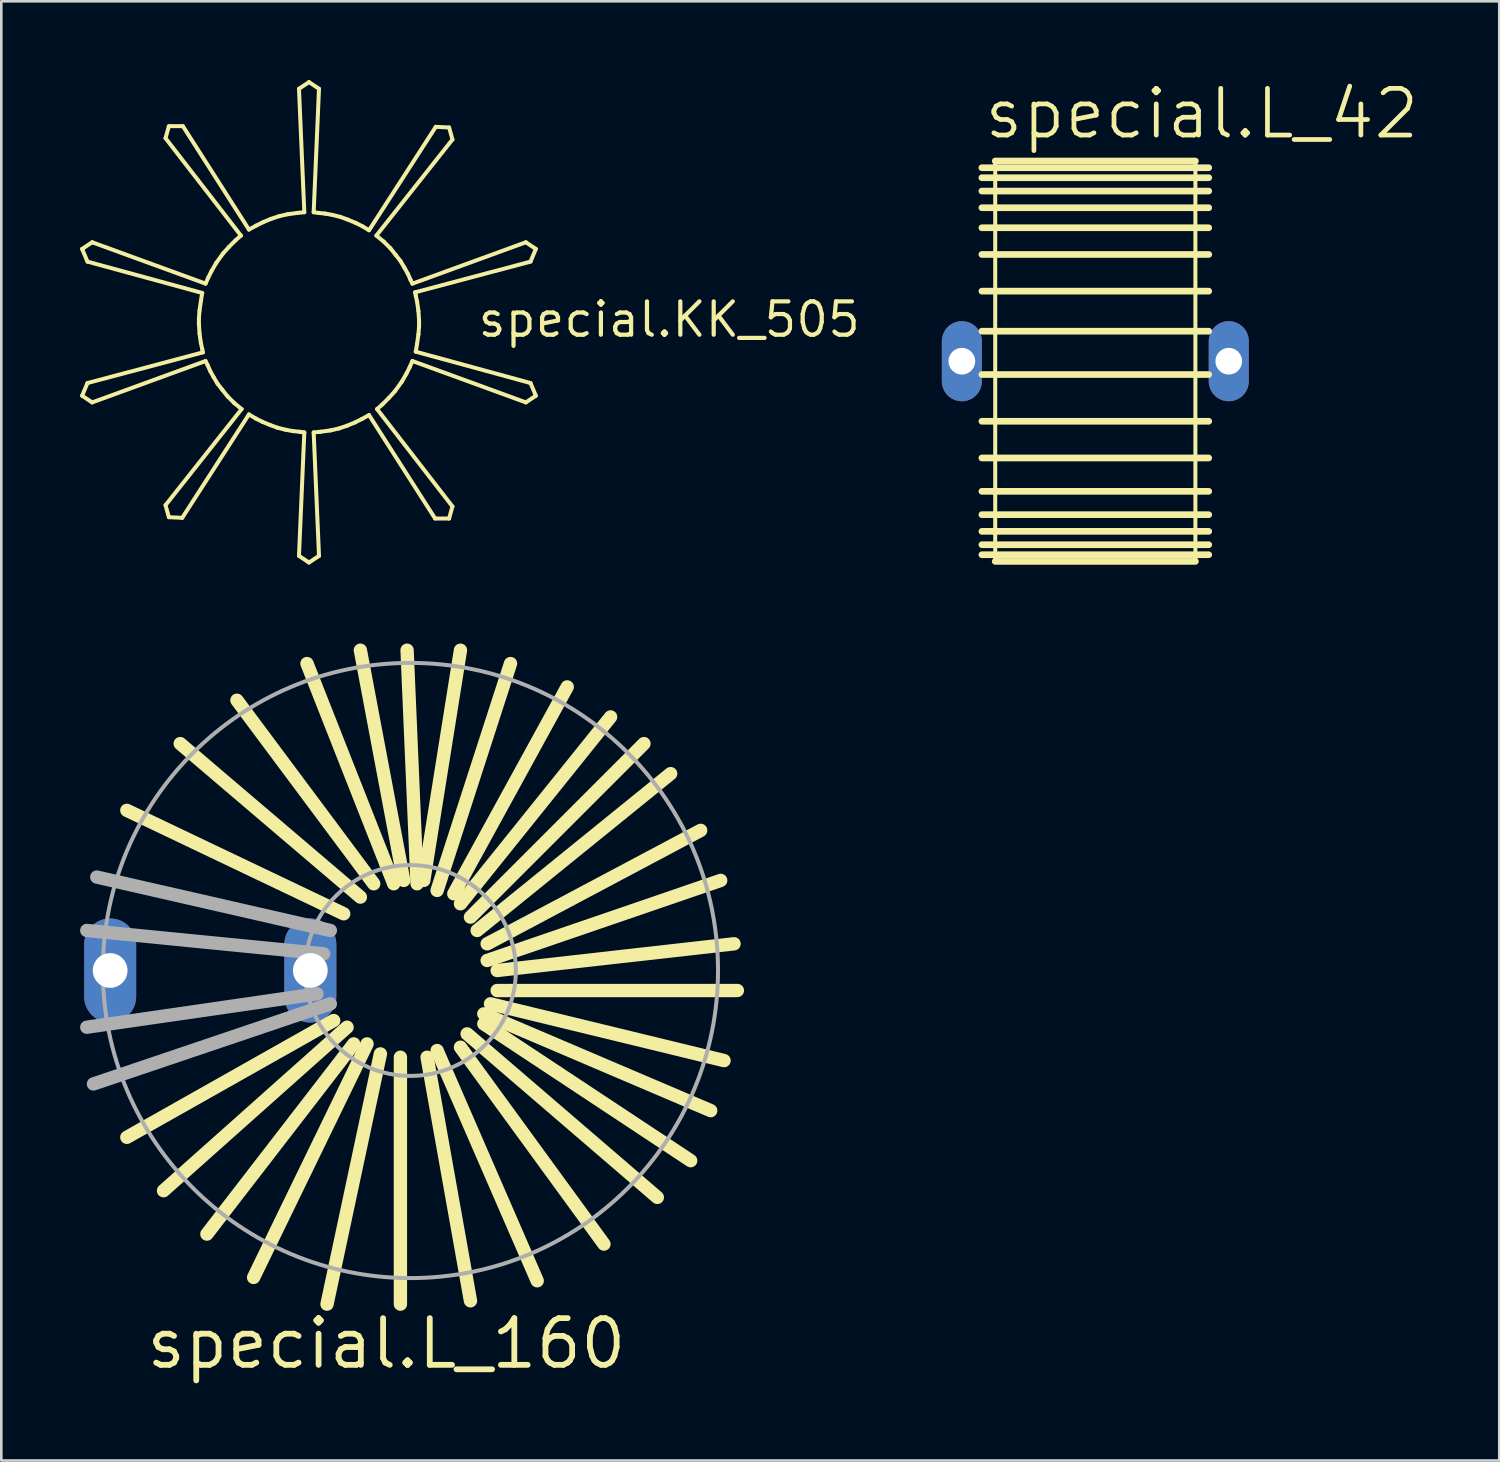
<source format=kicad_pcb>
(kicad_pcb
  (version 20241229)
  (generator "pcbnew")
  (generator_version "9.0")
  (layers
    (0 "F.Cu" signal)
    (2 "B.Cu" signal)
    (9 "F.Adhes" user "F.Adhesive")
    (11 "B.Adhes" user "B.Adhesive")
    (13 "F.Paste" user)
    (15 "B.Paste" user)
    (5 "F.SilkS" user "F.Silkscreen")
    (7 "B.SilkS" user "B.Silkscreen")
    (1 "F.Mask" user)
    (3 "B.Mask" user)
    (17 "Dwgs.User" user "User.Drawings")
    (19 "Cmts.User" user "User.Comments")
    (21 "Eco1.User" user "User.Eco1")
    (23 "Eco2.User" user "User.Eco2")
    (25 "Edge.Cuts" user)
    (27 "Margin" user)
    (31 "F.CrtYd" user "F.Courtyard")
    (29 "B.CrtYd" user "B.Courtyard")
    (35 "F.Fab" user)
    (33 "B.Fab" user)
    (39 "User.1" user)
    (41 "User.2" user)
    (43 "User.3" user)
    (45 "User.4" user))
  (footprint "special.L_160"
    (layer "F.Cu")
    (at 12.573 33.893)
    (property "Reference" "special.L_160" (at -10.16 15.24 0) (layer "F.SilkS") (effects (font (size 1.778 1.778) (thickness 0.22)) (justify left bottom)))
    (attr through_hole)
    (fp_line (start -10.795 -6.096) (end -2.54 -2.159) (stroke (width 0.508) (type default)) (layer "F.SilkS"))
    (fp_line (start -8.763 -8.636) (end -1.905 -2.794) (stroke (width 0.508) (type default)) (layer "F.SilkS"))
    (fp_line (start -6.604 -10.287) (end -1.397 -3.302) (stroke (width 0.508) (type default)) (layer "F.SilkS"))
    (fp_line (start -3.937 -11.684) (end -0.635 -3.302) (stroke (width 0.508) (type default)) (layer "F.SilkS"))
    (fp_line (start -2.921 1.905) (end -10.795 6.35) (stroke (width 0.508) (type default)) (layer "F.SilkS"))
    (fp_line (start -2.413 2.159) (end -9.398 8.382) (stroke (width 0.508) (type default)) (layer "F.SilkS"))
    (fp_line (start -2.159 2.794) (end -7.747 10.033) (stroke (width 0.508) (type default)) (layer "F.SilkS"))
    (fp_line (start -1.651 2.794) (end -5.969 11.684) (stroke (width 0.508) (type default)) (layer "F.SilkS"))
    (fp_line (start -1.143 3.175) (end -3.175 12.7) (stroke (width 0.508) (type default)) (layer "F.SilkS"))
    (fp_line (start -0.381 3.302) (end -0.381 12.7) (stroke (width 0.508) (type default)) (layer "F.SilkS"))
    (fp_line (start -0.254 -3.429) (end -1.905 -12.192) (stroke (width 0.508) (type default)) (layer "F.SilkS"))
    (fp_line (start -0.127 -12.192) (end 0.254 -3.302) (stroke (width 0.508) (type default)) (layer "F.SilkS"))
    (fp_line (start 0.508 -3.429) (end 1.905 -12.192) (stroke (width 0.508) (type default)) (layer "F.SilkS"))
    (fp_line (start 0.635 3.302) (end 2.286 12.573) (stroke (width 0.508) (type default)) (layer "F.SilkS"))
    (fp_line (start 1.651 -2.921) (end 5.969 -10.795) (stroke (width 0.508) (type default)) (layer "F.SilkS"))
    (fp_line (start 1.905 2.921) (end 7.366 10.414) (stroke (width 0.508) (type default)) (layer "F.SilkS"))
    (fp_line (start 2.286 -2.032) (end 8.89 -8.636) (stroke (width 0.508) (type default)) (layer "F.SilkS"))
    (fp_line (start 2.794 2.032) (end 10.668 7.239) (stroke (width 0.508) (type default)) (layer "F.SilkS"))
    (fp_line (start 2.921 -1.016) (end 11.049 -5.334) (stroke (width 0.508) (type default)) (layer "F.SilkS"))
    (fp_line (start 3.048 1.27) (end 11.938 3.429) (stroke (width 0.508) (type default)) (layer "F.SilkS"))
    (fp_line (start 3.302 0) (end 12.319 -1.016) (stroke (width 0.508) (type default)) (layer "F.SilkS"))
    (fp_line (start 3.81 -11.684) (end 1.016 -3.048) (stroke (width 0.508) (type default)) (layer "F.SilkS"))
    (fp_line (start 4.826 11.811) (end 1.016 3.048) (stroke (width 0.508) (type default)) (layer "F.SilkS"))
    (fp_line (start 7.62 -9.652) (end 1.905 -2.54) (stroke (width 0.508) (type default)) (layer "F.SilkS"))
    (fp_line (start 9.398 8.636) (end 2.159 2.413) (stroke (width 0.508) (type default)) (layer "F.SilkS"))
    (fp_line (start 9.906 -7.493) (end 2.54 -1.524) (stroke (width 0.508) (type default)) (layer "F.SilkS"))
    (fp_line (start 11.43 5.334) (end 2.794 1.651) (stroke (width 0.508) (type default)) (layer "F.SilkS"))
    (fp_line (start 11.811 -3.429) (end 2.921 -0.381) (stroke (width 0.508) (type default)) (layer "F.SilkS"))
    (fp_line (start 12.446 0.762) (end 3.302 0.762) (stroke (width 0.508) (type default)) (layer "F.SilkS"))
    (fp_line (start -12.319 -1.524) (end -3.302 -0.635) (stroke (width 0.508) (type default)) (layer "F.Fab"))
    (fp_line (start -11.938 -3.556) (end -3.048 -1.524) (stroke (width 0.508) (type default)) (layer "F.Fab"))
    (fp_line (start -3.556 0.889) (end -12.319 2.159) (stroke (width 0.508) (type default)) (layer "F.Fab"))
    (fp_line (start -3.048 1.27) (end -12.065 4.318) (stroke (width 0.508) (type default)) (layer "F.Fab"))
    (fp_circle (center 0 0) (end 4.013 0) (stroke (width 0.152) (type default)) (fill no) (layer "F.Fab"))
    (fp_circle (center 0 0) (end 11.709 0) (stroke (width 0.152) (type default)) (fill no) (layer "F.Fab"))
    (pad "1" thru_hole oval (at -11.43 0 90) (size 3.962 1.981) (drill 1.321) (layers "*.Cu" "*.Mask"))
    (pad "2" thru_hole oval (at -3.81 0 90) (size 3.962 1.981) (drill 1.321) (layers "*.Cu" "*.Mask")))
  (footprint "special.L_42"
    (layer "F.Cu")
    (at 38.644 10.7)
    (property "Reference" "special.L_42" (at -4.318 -8.382 0) (layer "F.SilkS") (effects (font (size 1.778 1.778) (thickness 0.18)) (justify left bottom)))
    (attr through_hole)
    (fp_line (start -4.318 -7.366) (end 4.318 -7.366) (stroke (width 0.254) (type default)) (layer "F.SilkS"))
    (fp_line (start -4.318 -6.985) (end 4.318 -6.985) (stroke (width 0.254) (type default)) (layer "F.SilkS"))
    (fp_line (start -4.318 -6.477) (end 4.318 -6.477) (stroke (width 0.254) (type default)) (layer "F.SilkS"))
    (fp_line (start -4.318 -5.842) (end 4.318 -5.842) (stroke (width 0.254) (type default)) (layer "F.SilkS"))
    (fp_line (start -4.318 -5.08) (end 4.318 -5.08) (stroke (width 0.254) (type default)) (layer "F.SilkS"))
    (fp_line (start -4.318 -4.064) (end 4.318 -4.064) (stroke (width 0.254) (type default)) (layer "F.SilkS"))
    (fp_line (start -4.318 -2.667) (end 4.318 -2.667) (stroke (width 0.254) (type default)) (layer "F.SilkS"))
    (fp_line (start -4.318 -1.143) (end 4.318 -1.143) (stroke (width 0.254) (type default)) (layer "F.SilkS"))
    (fp_line (start -4.318 0.508) (end 4.318 0.508) (stroke (width 0.254) (type default)) (layer "F.SilkS"))
    (fp_line (start -4.318 2.286) (end 4.318 2.286) (stroke (width 0.254) (type default)) (layer "F.SilkS"))
    (fp_line (start -4.318 3.683) (end 4.318 3.683) (stroke (width 0.254) (type default)) (layer "F.SilkS"))
    (fp_line (start -4.318 4.953) (end 4.318 4.953) (stroke (width 0.254) (type default)) (layer "F.SilkS"))
    (fp_line (start -4.318 5.842) (end 4.318 5.842) (stroke (width 0.254) (type default)) (layer "F.SilkS"))
    (fp_line (start -4.318 6.477) (end 4.318 6.477) (stroke (width 0.254) (type default)) (layer "F.SilkS"))
    (fp_line (start -4.318 6.985) (end 4.318 6.985) (stroke (width 0.254) (type default)) (layer "F.SilkS"))
    (fp_line (start -4.318 7.366) (end 4.318 7.366) (stroke (width 0.254) (type default)) (layer "F.SilkS"))
    (fp_line (start -3.81 -7.62) (end 3.81 -7.62) (stroke (width 0.254) (type default)) (layer "F.SilkS"))
    (fp_line (start -3.81 7.62) (end -3.81 -7.62) (stroke (width 0.152) (type default)) (layer "F.SilkS"))
    (fp_line (start 3.81 -7.62) (end 3.81 7.62) (stroke (width 0.152) (type default)) (layer "F.SilkS"))
    (fp_line (start 3.81 7.62) (end -3.81 7.62) (stroke (width 0.254) (type default)) (layer "F.SilkS"))
    (pad "1" thru_hole oval (at -5.08 0 90) (size 3.048 1.524) (drill 1.016) (layers "*.Cu" "*.Mask"))
    (pad "2" thru_hole oval (at 5.08 0 90) (size 3.048 1.524) (drill 1.016) (layers "*.Cu" "*.Mask")))
  (footprint "special.KK_505"
    (layer "F.Cu")
    (at 8.712 9.22)
    (property "Reference" "special.KK_505" (at 6.35 0.635 0) (layer "F.SilkS") (effects (font (size 1.27 1.27) (thickness 0.16)) (justify left bottom)))
    (fp_line (start -8.636 -2.794) (end -8.433 -2.311) (stroke (width 0.152) (type default)) (layer "F.SilkS"))
    (fp_line (start -8.636 2.794) (end -8.433 2.311) (stroke (width 0.152) (type default)) (layer "F.SilkS"))
    (fp_line (start -8.255 -3.048) (end -8.636 -2.794) (stroke (width 0.152) (type default)) (layer "F.SilkS"))
    (fp_line (start -8.255 3.048) (end -8.636 2.794) (stroke (width 0.152) (type default)) (layer "F.SilkS"))
    (fp_line (start -5.334 -7.468) (end -5.461 -7.01) (stroke (width 0.152) (type default)) (layer "F.SilkS"))
    (fp_line (start -5.334 7.417) (end -5.461 6.96) (stroke (width 0.152) (type default)) (layer "F.SilkS"))
    (fp_line (start -4.826 7.442) (end -5.334 7.417) (stroke (width 0.152) (type default)) (layer "F.SilkS"))
    (fp_line (start -4.801 -7.468) (end -5.334 -7.468) (stroke (width 0.152) (type default)) (layer "F.SilkS"))
    (fp_line (start -4.191 -0.152) (end -4.191 0.051) (stroke (width 0.152) (type default)) (layer "F.SilkS"))
    (fp_line (start -4.191 0.051) (end -4.166 0.432) (stroke (width 0.152) (type default)) (layer "F.SilkS"))
    (fp_line (start -4.166 -0.457) (end -4.191 -0.152) (stroke (width 0.152) (type default)) (layer "F.SilkS"))
    (fp_line (start -4.166 0.432) (end -4.115 0.787) (stroke (width 0.152) (type default)) (layer "F.SilkS"))
    (fp_line (start -4.115 -0.813) (end -4.166 -0.457) (stroke (width 0.152) (type default)) (layer "F.SilkS"))
    (fp_line (start -4.115 0.787) (end -4.064 1.016) (stroke (width 0.152) (type default)) (layer "F.SilkS"))
    (fp_line (start -4.064 -1.118) (end -8.433 -2.311) (stroke (width 0.152) (type default)) (layer "F.SilkS"))
    (fp_line (start -4.064 -1.118) (end -4.115 -0.813) (stroke (width 0.152) (type default)) (layer "F.SilkS"))
    (fp_line (start -4.064 1.016) (end -4.039 1.143) (stroke (width 0.152) (type default)) (layer "F.SilkS"))
    (fp_line (start -4.039 1.143) (end -8.433 2.311) (stroke (width 0.152) (type default)) (layer "F.SilkS"))
    (fp_line (start -3.937 -1.473) (end -8.255 -3.048) (stroke (width 0.152) (type default)) (layer "F.SilkS"))
    (fp_line (start -3.937 1.473) (end -8.255 3.048) (stroke (width 0.152) (type default)) (layer "F.SilkS"))
    (fp_line (start -3.937 1.473) (end -3.861 1.626) (stroke (width 0.152) (type default)) (layer "F.SilkS"))
    (fp_line (start -3.861 1.626) (end -3.759 1.854) (stroke (width 0.152) (type default)) (layer "F.SilkS"))
    (fp_line (start -3.835 -1.702) (end -3.937 -1.473) (stroke (width 0.152) (type default)) (layer "F.SilkS"))
    (fp_line (start -3.759 1.854) (end -3.632 2.083) (stroke (width 0.152) (type default)) (layer "F.SilkS"))
    (fp_line (start -3.708 -1.956) (end -3.835 -1.702) (stroke (width 0.152) (type default)) (layer "F.SilkS"))
    (fp_line (start -3.632 2.083) (end -3.48 2.337) (stroke (width 0.152) (type default)) (layer "F.SilkS"))
    (fp_line (start -3.531 -2.261) (end -3.708 -1.956) (stroke (width 0.152) (type default)) (layer "F.SilkS"))
    (fp_line (start -3.48 2.337) (end -3.302 2.565) (stroke (width 0.152) (type default)) (layer "F.SilkS"))
    (fp_line (start -3.302 2.565) (end -3.099 2.819) (stroke (width 0.152) (type default)) (layer "F.SilkS"))
    (fp_line (start -3.277 -2.616) (end -3.531 -2.261) (stroke (width 0.152) (type default)) (layer "F.SilkS"))
    (fp_line (start -3.099 2.819) (end -2.845 3.073) (stroke (width 0.152) (type default)) (layer "F.SilkS"))
    (fp_line (start -3.048 -2.87) (end -3.277 -2.616) (stroke (width 0.152) (type default)) (layer "F.SilkS"))
    (fp_line (start -2.845 3.073) (end -2.565 3.302) (stroke (width 0.152) (type default)) (layer "F.SilkS"))
    (fp_line (start -2.794 -3.124) (end -3.048 -2.87) (stroke (width 0.152) (type default)) (layer "F.SilkS"))
    (fp_line (start -2.591 -3.302) (end -5.461 -7.01) (stroke (width 0.152) (type default)) (layer "F.SilkS"))
    (fp_line (start -2.591 -3.302) (end -2.794 -3.124) (stroke (width 0.152) (type default)) (layer "F.SilkS"))
    (fp_line (start -2.565 3.302) (end -5.461 6.96) (stroke (width 0.152) (type default)) (layer "F.SilkS"))
    (fp_line (start -2.286 -3.531) (end -4.801 -7.468) (stroke (width 0.152) (type default)) (layer "F.SilkS"))
    (fp_line (start -2.286 3.505) (end -4.826 7.442) (stroke (width 0.152) (type default)) (layer "F.SilkS"))
    (fp_line (start -2.286 3.505) (end -2.032 3.658) (stroke (width 0.152) (type default)) (layer "F.SilkS"))
    (fp_line (start -2.032 3.658) (end -1.778 3.785) (stroke (width 0.152) (type default)) (layer "F.SilkS"))
    (fp_line (start -2.007 -3.683) (end -2.286 -3.531) (stroke (width 0.152) (type default)) (layer "F.SilkS"))
    (fp_line (start -1.778 3.785) (end -1.473 3.912) (stroke (width 0.152) (type default)) (layer "F.SilkS"))
    (fp_line (start -1.753 -3.81) (end -2.007 -3.683) (stroke (width 0.152) (type default)) (layer "F.SilkS"))
    (fp_line (start -1.473 3.912) (end -1.194 4.013) (stroke (width 0.152) (type default)) (layer "F.SilkS"))
    (fp_line (start -1.448 -3.937) (end -1.753 -3.81) (stroke (width 0.152) (type default)) (layer "F.SilkS"))
    (fp_line (start -1.194 4.013) (end -0.889 4.089) (stroke (width 0.152) (type default)) (layer "F.SilkS"))
    (fp_line (start -1.143 -4.039) (end -1.448 -3.937) (stroke (width 0.152) (type default)) (layer "F.SilkS"))
    (fp_line (start -0.889 4.089) (end -0.61 4.14) (stroke (width 0.152) (type default)) (layer "F.SilkS"))
    (fp_line (start -0.813 -4.115) (end -1.143 -4.039) (stroke (width 0.152) (type default)) (layer "F.SilkS"))
    (fp_line (start -0.61 4.14) (end -0.356 4.166) (stroke (width 0.152) (type default)) (layer "F.SilkS"))
    (fp_line (start -0.432 -4.166) (end -0.813 -4.115) (stroke (width 0.152) (type default)) (layer "F.SilkS"))
    (fp_line (start -0.381 -8.89) (end 0 -9.144) (stroke (width 0.152) (type default)) (layer "F.SilkS"))
    (fp_line (start -0.356 4.166) (end -0.178 4.191) (stroke (width 0.152) (type default)) (layer "F.SilkS"))
    (fp_line (start -0.178 -4.191) (end -0.432 -4.166) (stroke (width 0.152) (type default)) (layer "F.SilkS"))
    (fp_line (start -0.178 -4.191) (end -0.381 -8.89) (stroke (width 0.152) (type default)) (layer "F.SilkS"))
    (fp_line (start -0.178 4.191) (end -0.381 8.89) (stroke (width 0.152) (type default)) (layer "F.SilkS"))
    (fp_line (start 0 -9.144) (end 0.381 -8.89) (stroke (width 0.152) (type default)) (layer "F.SilkS"))
    (fp_line (start 0 9.144) (end -0.381 8.89) (stroke (width 0.152) (type default)) (layer "F.SilkS"))
    (fp_line (start 0.178 -4.191) (end 0.381 -8.89) (stroke (width 0.152) (type default)) (layer "F.SilkS"))
    (fp_line (start 0.178 4.191) (end 0.381 8.89) (stroke (width 0.152) (type default)) (layer "F.SilkS"))
    (fp_line (start 0.178 4.191) (end 0.432 4.166) (stroke (width 0.152) (type default)) (layer "F.SilkS"))
    (fp_line (start 0.356 -4.166) (end 0.178 -4.191) (stroke (width 0.152) (type default)) (layer "F.SilkS"))
    (fp_line (start 0.381 8.89) (end 0 9.144) (stroke (width 0.152) (type default)) (layer "F.SilkS"))
    (fp_line (start 0.432 4.166) (end 0.813 4.115) (stroke (width 0.152) (type default)) (layer "F.SilkS"))
    (fp_line (start 0.61 -4.14) (end 0.356 -4.166) (stroke (width 0.152) (type default)) (layer "F.SilkS"))
    (fp_line (start 0.813 4.115) (end 1.143 4.039) (stroke (width 0.152) (type default)) (layer "F.SilkS"))
    (fp_line (start 0.889 -4.089) (end 0.61 -4.14) (stroke (width 0.152) (type default)) (layer "F.SilkS"))
    (fp_line (start 1.143 4.039) (end 1.448 3.937) (stroke (width 0.152) (type default)) (layer "F.SilkS"))
    (fp_line (start 1.194 -4.013) (end 0.889 -4.089) (stroke (width 0.152) (type default)) (layer "F.SilkS"))
    (fp_line (start 1.448 3.937) (end 1.753 3.81) (stroke (width 0.152) (type default)) (layer "F.SilkS"))
    (fp_line (start 1.473 -3.912) (end 1.194 -4.013) (stroke (width 0.152) (type default)) (layer "F.SilkS"))
    (fp_line (start 1.753 3.81) (end 2.007 3.683) (stroke (width 0.152) (type default)) (layer "F.SilkS"))
    (fp_line (start 1.778 -3.785) (end 1.473 -3.912) (stroke (width 0.152) (type default)) (layer "F.SilkS"))
    (fp_line (start 2.007 3.683) (end 2.286 3.531) (stroke (width 0.152) (type default)) (layer "F.SilkS"))
    (fp_line (start 2.032 -3.658) (end 1.778 -3.785) (stroke (width 0.152) (type default)) (layer "F.SilkS"))
    (fp_line (start 2.286 -3.505) (end 2.032 -3.658) (stroke (width 0.152) (type default)) (layer "F.SilkS"))
    (fp_line (start 2.286 -3.505) (end 4.826 -7.442) (stroke (width 0.152) (type default)) (layer "F.SilkS"))
    (fp_line (start 2.286 3.531) (end 4.801 7.468) (stroke (width 0.152) (type default)) (layer "F.SilkS"))
    (fp_line (start 2.565 -3.302) (end 5.461 -6.96) (stroke (width 0.152) (type default)) (layer "F.SilkS"))
    (fp_line (start 2.591 3.302) (end 2.794 3.124) (stroke (width 0.152) (type default)) (layer "F.SilkS"))
    (fp_line (start 2.591 3.302) (end 5.461 7.01) (stroke (width 0.152) (type default)) (layer "F.SilkS"))
    (fp_line (start 2.794 3.124) (end 3.048 2.87) (stroke (width 0.152) (type default)) (layer "F.SilkS"))
    (fp_line (start 2.845 -3.073) (end 2.565 -3.302) (stroke (width 0.152) (type default)) (layer "F.SilkS"))
    (fp_line (start 3.048 2.87) (end 3.277 2.616) (stroke (width 0.152) (type default)) (layer "F.SilkS"))
    (fp_line (start 3.099 -2.819) (end 2.845 -3.073) (stroke (width 0.152) (type default)) (layer "F.SilkS"))
    (fp_line (start 3.277 2.616) (end 3.531 2.261) (stroke (width 0.152) (type default)) (layer "F.SilkS"))
    (fp_line (start 3.302 -2.565) (end 3.099 -2.819) (stroke (width 0.152) (type default)) (layer "F.SilkS"))
    (fp_line (start 3.48 -2.337) (end 3.302 -2.565) (stroke (width 0.152) (type default)) (layer "F.SilkS"))
    (fp_line (start 3.531 2.261) (end 3.708 1.956) (stroke (width 0.152) (type default)) (layer "F.SilkS"))
    (fp_line (start 3.632 -2.083) (end 3.48 -2.337) (stroke (width 0.152) (type default)) (layer "F.SilkS"))
    (fp_line (start 3.708 1.956) (end 3.835 1.702) (stroke (width 0.152) (type default)) (layer "F.SilkS"))
    (fp_line (start 3.759 -1.854) (end 3.632 -2.083) (stroke (width 0.152) (type default)) (layer "F.SilkS"))
    (fp_line (start 3.835 1.702) (end 3.937 1.473) (stroke (width 0.152) (type default)) (layer "F.SilkS"))
    (fp_line (start 3.861 -1.626) (end 3.759 -1.854) (stroke (width 0.152) (type default)) (layer "F.SilkS"))
    (fp_line (start 3.937 -1.473) (end 3.861 -1.626) (stroke (width 0.152) (type default)) (layer "F.SilkS"))
    (fp_line (start 3.937 -1.473) (end 8.255 -3.048) (stroke (width 0.152) (type default)) (layer "F.SilkS"))
    (fp_line (start 3.937 1.473) (end 8.255 3.048) (stroke (width 0.152) (type default)) (layer "F.SilkS"))
    (fp_line (start 4.039 -1.143) (end 8.433 -2.311) (stroke (width 0.152) (type default)) (layer "F.SilkS"))
    (fp_line (start 4.064 -1.016) (end 4.039 -1.143) (stroke (width 0.152) (type default)) (layer "F.SilkS"))
    (fp_line (start 4.064 1.118) (end 4.115 0.813) (stroke (width 0.152) (type default)) (layer "F.SilkS"))
    (fp_line (start 4.064 1.118) (end 8.433 2.311) (stroke (width 0.152) (type default)) (layer "F.SilkS"))
    (fp_line (start 4.115 -0.787) (end 4.064 -1.016) (stroke (width 0.152) (type default)) (layer "F.SilkS"))
    (fp_line (start 4.115 0.813) (end 4.166 0.457) (stroke (width 0.152) (type default)) (layer "F.SilkS"))
    (fp_line (start 4.166 -0.432) (end 4.115 -0.787) (stroke (width 0.152) (type default)) (layer "F.SilkS"))
    (fp_line (start 4.166 0.457) (end 4.191 0.152) (stroke (width 0.152) (type default)) (layer "F.SilkS"))
    (fp_line (start 4.191 -0.051) (end 4.166 -0.432) (stroke (width 0.152) (type default)) (layer "F.SilkS"))
    (fp_line (start 4.191 0.152) (end 4.191 -0.051) (stroke (width 0.152) (type default)) (layer "F.SilkS"))
    (fp_line (start 4.801 7.468) (end 5.334 7.468) (stroke (width 0.152) (type default)) (layer "F.SilkS"))
    (fp_line (start 4.826 -7.442) (end 5.334 -7.417) (stroke (width 0.152) (type default)) (layer "F.SilkS"))
    (fp_line (start 5.334 -7.417) (end 5.461 -6.96) (stroke (width 0.152) (type default)) (layer "F.SilkS"))
    (fp_line (start 5.334 7.468) (end 5.461 7.01) (stroke (width 0.152) (type default)) (layer "F.SilkS"))
    (fp_line (start 8.255 -3.048) (end 8.636 -2.794) (stroke (width 0.152) (type default)) (layer "F.SilkS"))
    (fp_line (start 8.255 3.048) (end 8.636 2.794) (stroke (width 0.152) (type default)) (layer "F.SilkS"))
    (fp_line (start 8.636 -2.794) (end 8.433 -2.311) (stroke (width 0.152) (type default)) (layer "F.SilkS"))
    (fp_line (start 8.636 2.794) (end 8.433 2.311) (stroke (width 0.152) (type default)) (layer "F.SilkS")))
  (gr_rect
    (start -3 -3)
    (end 54.021 52.547)
    (stroke (width 0.1) (type default))
    (fill no)
    (layer "Edge.Cuts")))
</source>
